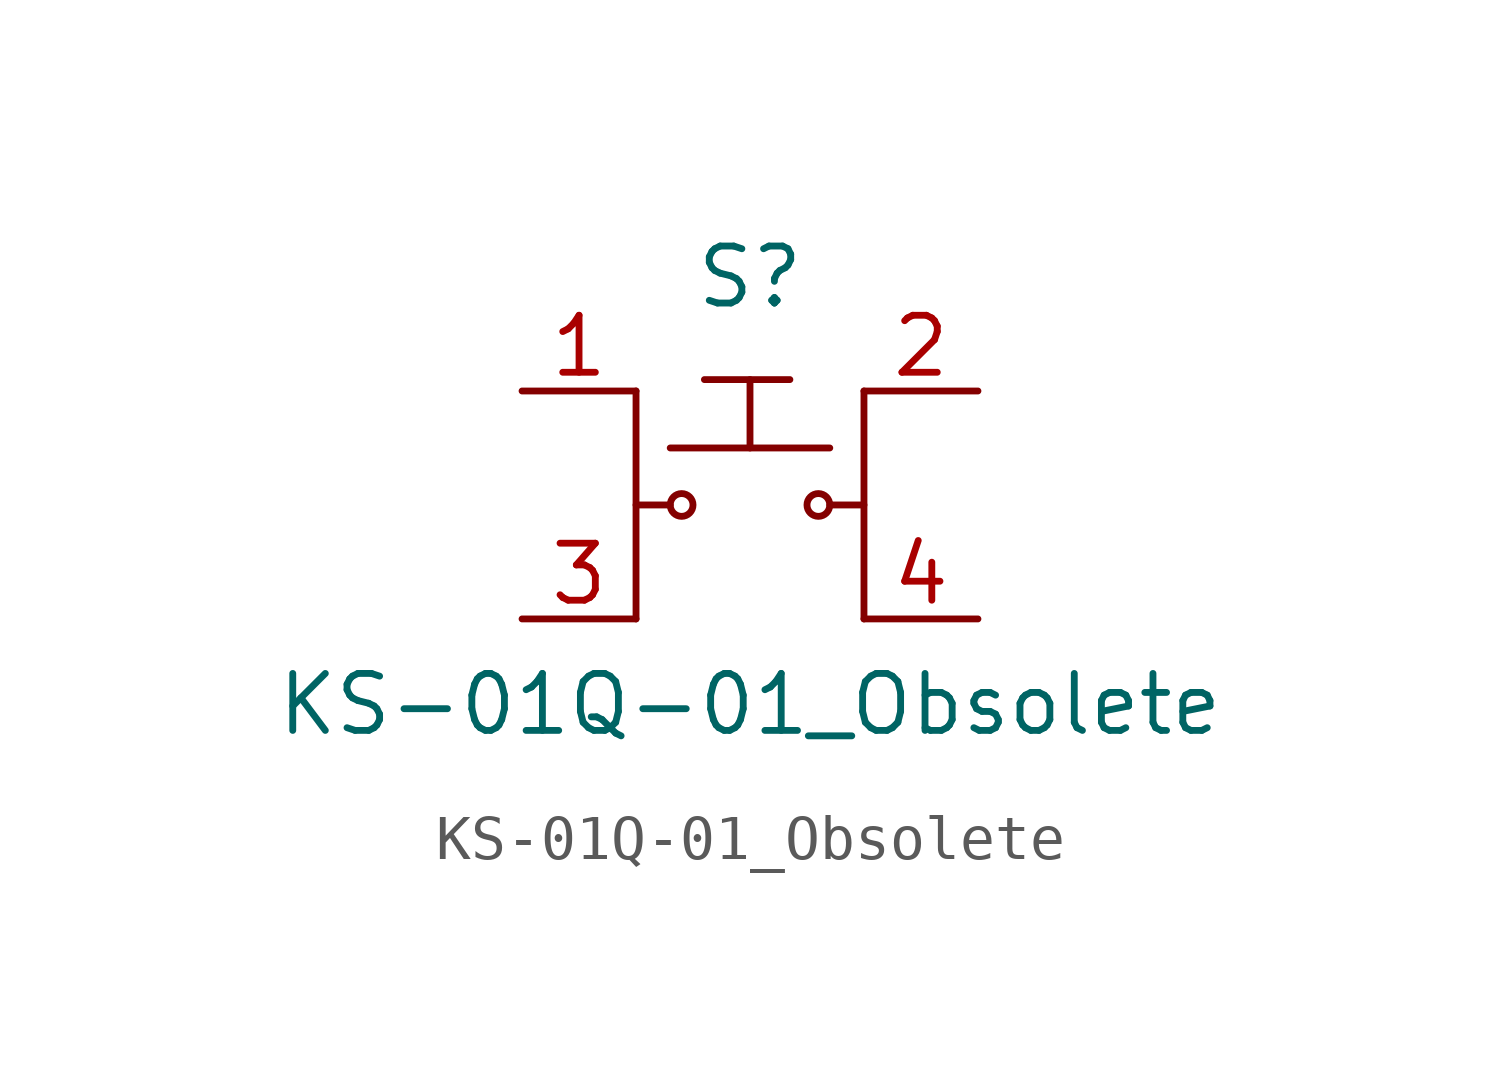
<source format=kicad_sym>
(kicad_symbol_lib
  (version 20220914)
  (generator kicad_symbol_editor)
  (symbol "KS-01Q-01_Obsolete"
    (pin_names
      (offset 1.016))
    (property "Reference" "S"
      (at 0 5.08 0)
      (effects (font (size 1.27 1.27))))
    (property "Value" "KS-01Q-01_Obsolete"
      (at 0 -4.445 0)
      (effects (font (size 1.27 1.27))))
    (symbol "KS-01Q-01_Obsolete_0_1"
      (circle (center -1.524 0) (radius 0.254) (stroke (width 0) (type default)) (fill (type none)))
      (polyline (pts (xy -2.54 2.54) (xy -2.54 -2.54)) (stroke (width 0) (type default)) (fill (type none)))
      (polyline (pts (xy -1.778 0) (xy -2.54 0)) (stroke (width 0) (type default)) (fill (type none)))
      (polyline (pts (xy -1.778 1.27) (xy 1.778 1.27)) (stroke (width 0) (type default)) (fill (type none)))
      (polyline (pts (xy 2.54 -2.54) (xy 2.54 2.54)) (stroke (width 0) (type default)) (fill (type none)))
      (polyline (pts (xy 2.54 0) (xy 1.778 0)) (stroke (width 0) (type default)) (fill (type none)))
      (circle (center 1.524 0) (radius 0.254) (stroke (width 0) (type default)) (fill (type none))))
    (symbol "KS-01Q-01_Obsolete_1_1"
      (polyline (pts (xy -1.016 2.794) (xy 0.889 2.794)) (stroke (width 0) (type default)) (fill (type none)))
      (polyline (pts (xy 0 2.794) (xy 0 1.27)) (stroke (width 0) (type default)) (fill (type none)))
      (pin passive line (at -5.08 2.54 0) (length 2.54) (name "~" (effects (font (size 1.27 1.27)))) (number "1" (effects (font (size 1.27 1.27)))))
      (pin passive line (at 5.08 2.54 180) (length 2.54) (name "~" (effects (font (size 1.27 1.27)))) (number "2" (effects (font (size 1.27 1.27)))))
      (pin passive line (at -5.08 -2.54 0) (length 2.54) (name "~" (effects (font (size 1.27 1.27)))) (number "3" (effects (font (size 1.27 1.27)))))
      (pin passive line (at 5.08 -2.54 180) (length 2.54) (name "~" (effects (font (size 1.27 1.27)))) (number "4" (effects (font (size 1.27 1.27))))))))
</source>
